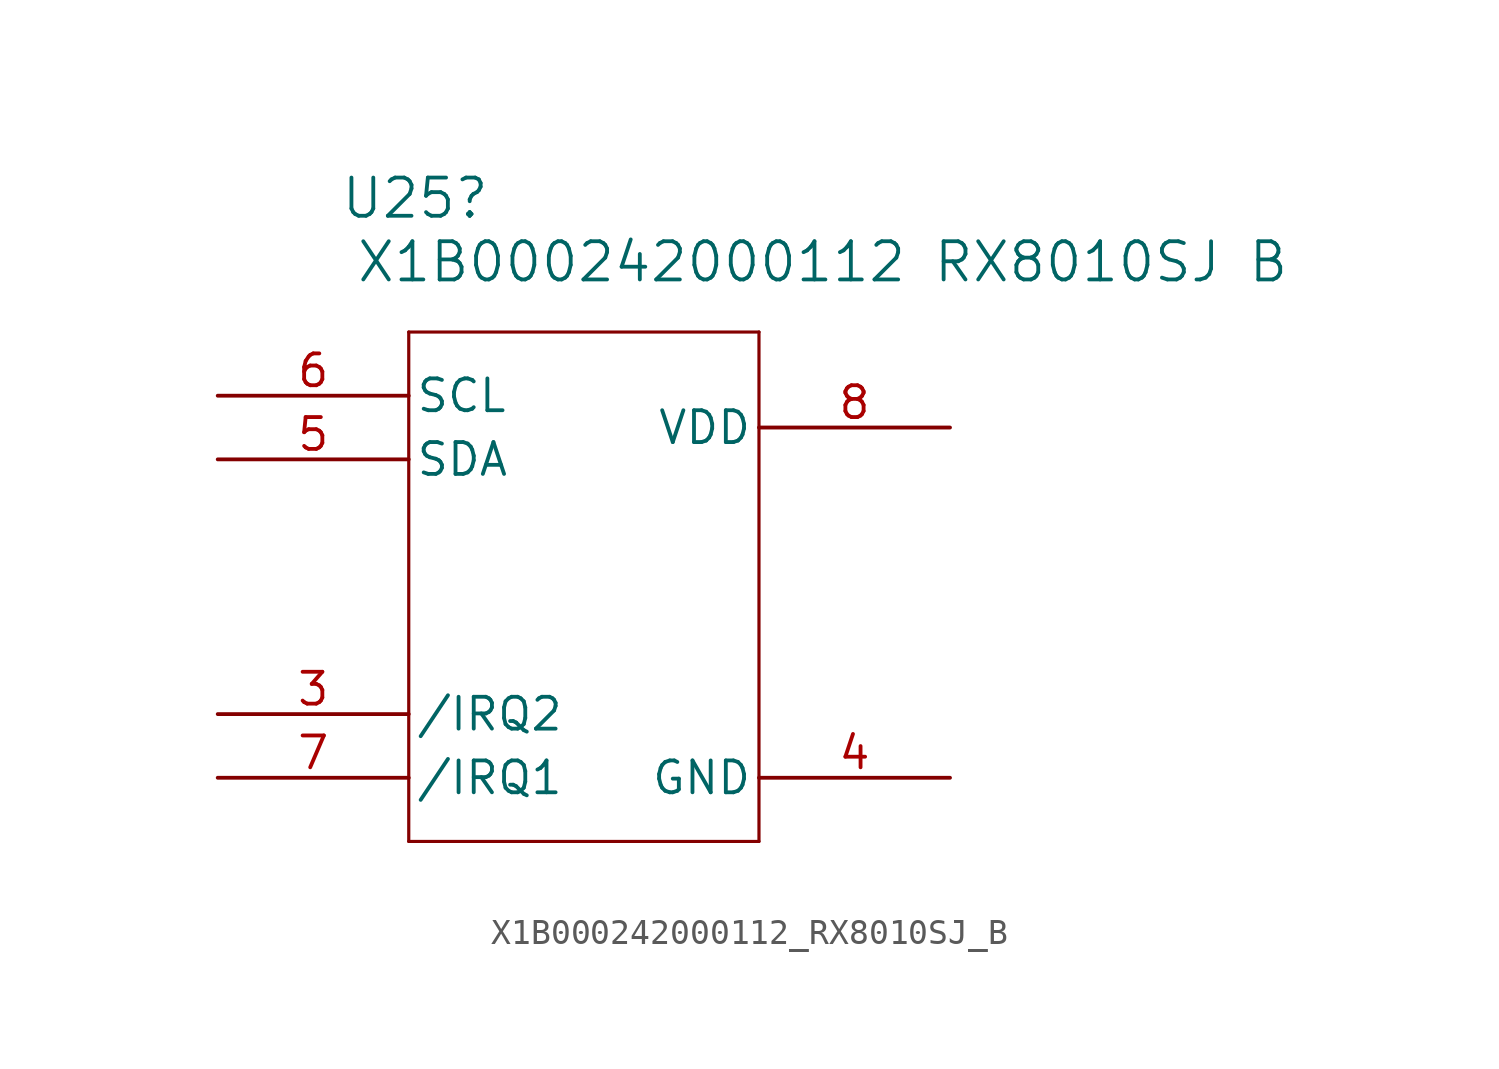
<source format=kicad_sym>
(kicad_symbol_lib
  (version 20231120)
  (generator "kicad_symbol_editor")
  (generator_version "8.0")
  (symbol "X1B000242000112_RX8010SJ_B"
    (pin_names
      (offset 0.254))
    (property "Reference" "U25"
      (at 16.764 12.954 0)
      (effects (font (size 1.524 1.524))))
    (property "Value" "X1B000242000112 RX8010SJ B"
      (at 33.02 10.414 0)
      (effects (font (size 1.524 1.524))))
    (property "ki_locked" ""
      (at 0 0 0)
      (effects (font (size 1.27 1.27))))
    (symbol "X1B000242000112_RX8010SJ_B_0_1"
      (polyline (pts (xy 16.51 -12.7) (xy 30.48 -12.7)) (stroke (width 0.127) (type default)) (fill (type none)))
      (polyline (pts (xy 16.51 7.62) (xy 16.51 -12.7)) (stroke (width 0.127) (type default)) (fill (type none)))
      (polyline (pts (xy 30.48 -12.7) (xy 30.48 7.62)) (stroke (width 0.127) (type default)) (fill (type none)))
      (polyline (pts (xy 30.48 7.62) (xy 16.51 7.62)) (stroke (width 0.127) (type default)) (fill (type none)))
      (pin power_in line (at 38.1 3.81 180) (length 7.62) (name "VDD" (effects (font (size 1.27 1.27)))) (number "8" (effects (font (size 1.27 1.27))))))
    (symbol "X1B000242000112_RX8010SJ_B_1_1"
      (pin no_connect line (at 38.1 -2.54 180) (length 7.62) hide (name "NC" (effects (font (size 1.27 1.27)))) (number "1" (effects (font (size 1.27 1.27)))))
      (pin no_connect line (at 38.1 -5.08 180) (length 7.62) hide (name "NC" (effects (font (size 1.27 1.27)))) (number "2" (effects (font (size 1.27 1.27)))))
      (pin output line (at 8.89 -7.62 0) (length 7.62) (name "/IRQ2" (effects (font (size 1.27 1.27)))) (number "3" (effects (font (size 1.27 1.27)))))
      (pin power_out line (at 38.1 -10.16 180) (length 7.62) (name "GND" (effects (font (size 1.27 1.27)))) (number "4" (effects (font (size 1.27 1.27)))))
      (pin bidirectional line (at 8.89 2.54 0) (length 7.62) (name "SDA" (effects (font (size 1.27 1.27)))) (number "5" (effects (font (size 1.27 1.27)))))
      (pin input line (at 8.89 5.08 0) (length 7.62) (name "SCL" (effects (font (size 1.27 1.27)))) (number "6" (effects (font (size 1.27 1.27)))))
      (pin output line (at 8.89 -10.16 0) (length 7.62) (name "/IRQ1" (effects (font (size 1.27 1.27)))) (number "7" (effects (font (size 1.27 1.27))))))))
</source>
